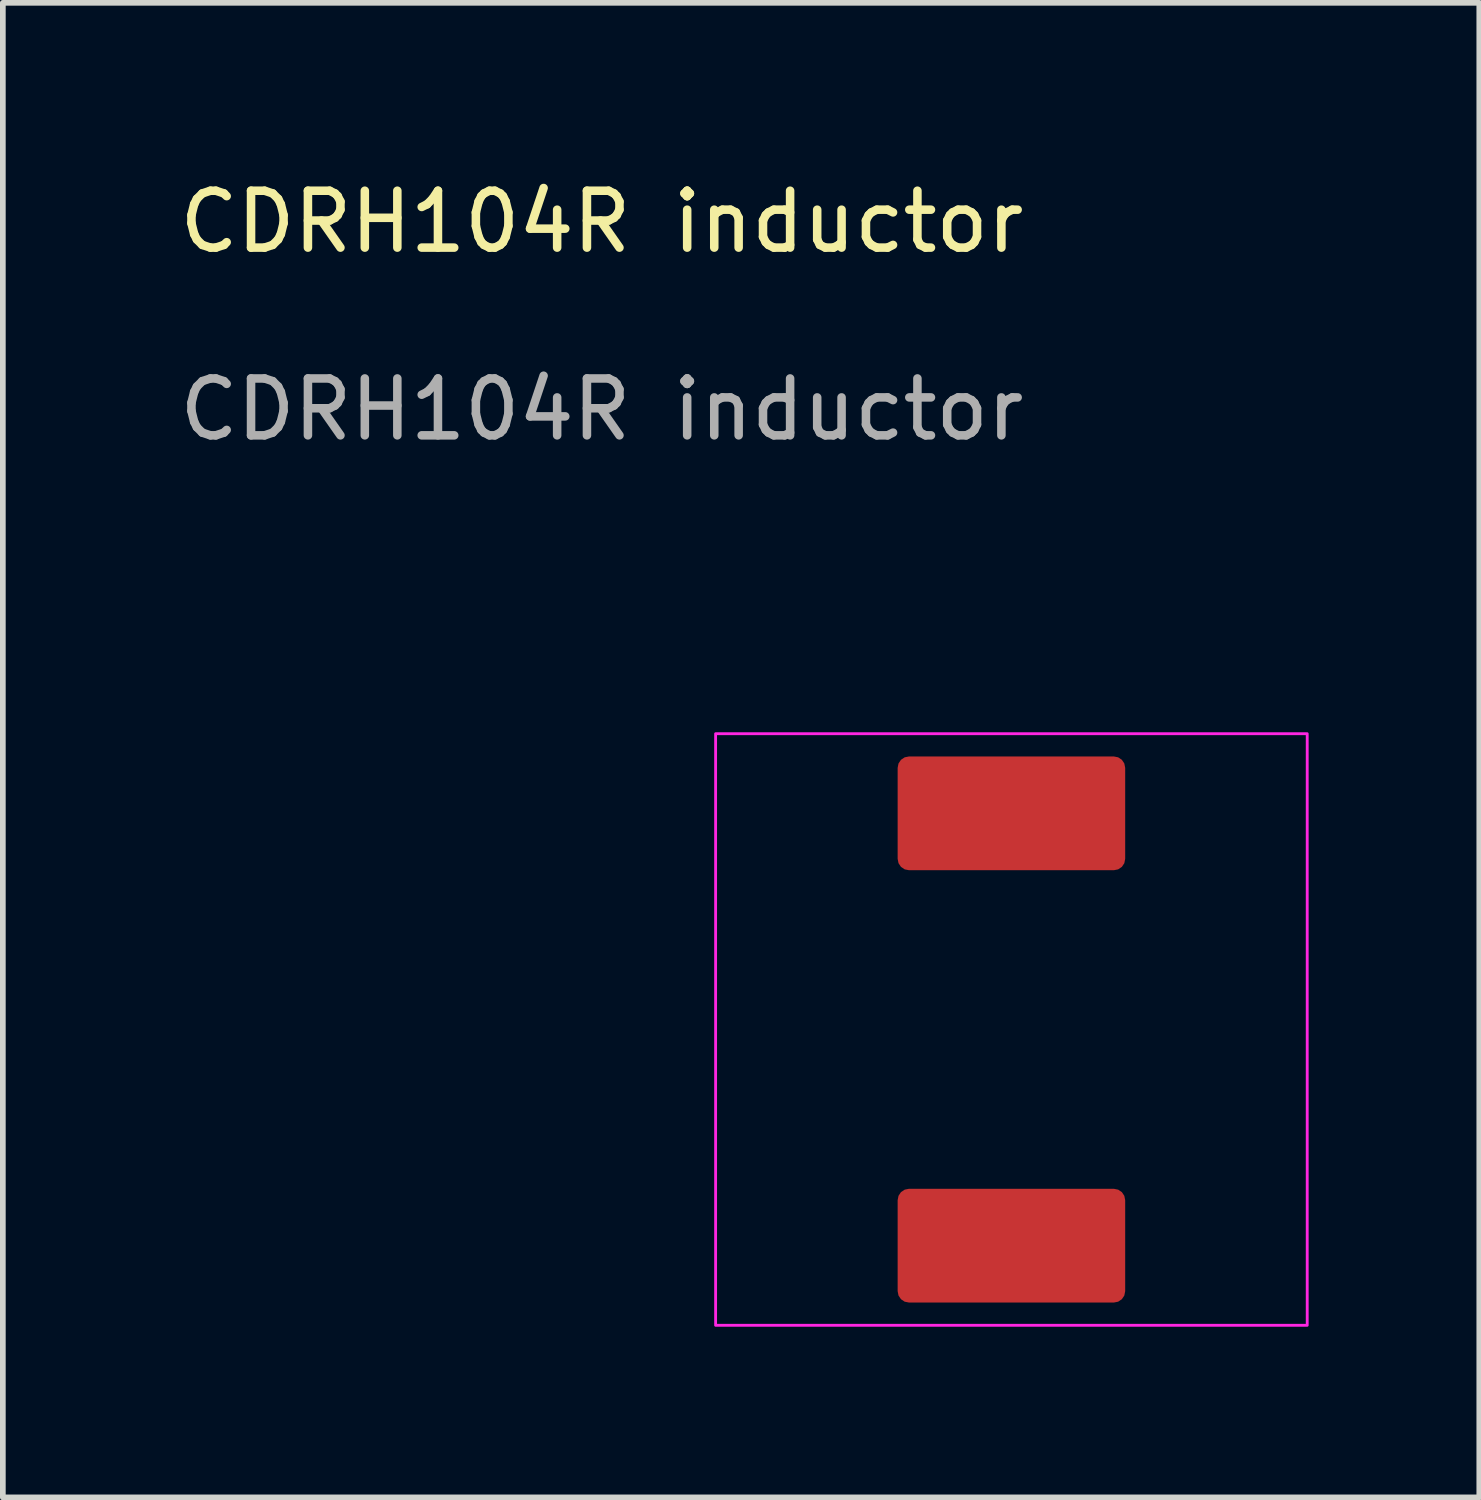
<source format=kicad_pcb>
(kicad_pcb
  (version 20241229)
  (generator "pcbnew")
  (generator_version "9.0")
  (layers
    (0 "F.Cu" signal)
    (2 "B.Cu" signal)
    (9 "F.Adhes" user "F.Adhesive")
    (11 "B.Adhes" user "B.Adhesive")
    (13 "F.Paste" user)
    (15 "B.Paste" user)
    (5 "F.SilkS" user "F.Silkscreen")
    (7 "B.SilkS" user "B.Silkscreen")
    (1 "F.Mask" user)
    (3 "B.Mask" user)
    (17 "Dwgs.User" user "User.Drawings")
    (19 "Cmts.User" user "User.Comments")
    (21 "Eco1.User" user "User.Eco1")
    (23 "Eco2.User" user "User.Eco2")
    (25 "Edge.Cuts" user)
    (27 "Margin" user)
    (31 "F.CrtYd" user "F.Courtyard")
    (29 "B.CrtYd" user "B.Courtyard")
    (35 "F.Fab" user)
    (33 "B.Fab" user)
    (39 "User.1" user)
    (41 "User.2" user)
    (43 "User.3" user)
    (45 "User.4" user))
  (footprint "CDRH104R inductor"
    (layer "F.Cu")
    (at 14.73 15.048)
    (property "Reference" "CDRH104R inductor" (at -7.2 -14.2 0) (unlocked yes) (layer "F.SilkS") (effects (font (size 1 1) (thickness 0.15))))
    (attr smd)
    (fp_rect (start -5.2 -5.2) (end 5.2 5.2) (stroke (width 0.05) (type solid)) (fill no) (layer "F.CrtYd"))
    (fp_text user "${REFERENCE}" (at -7.2 -10.9 0) (unlocked yes) (layer "F.Fab") (effects (font (size 1 1) (thickness 0.15))))
    (pad "1" smd roundrect (at 0 -3.8) (size 4 2) (layers "F.Cu" "F.Mask" "F.Paste") (roundrect_rratio 0.1))
    (pad "2" smd roundrect (at 0 3.8) (size 4 2) (layers "F.Cu" "F.Mask" "F.Paste") (roundrect_rratio 0.1)))
  (gr_rect
    (start -3 -3)
    (end 22.955 23.273)
    (stroke (width 0.1) (type default))
    (fill no)
    (layer "Edge.Cuts")))
</source>
